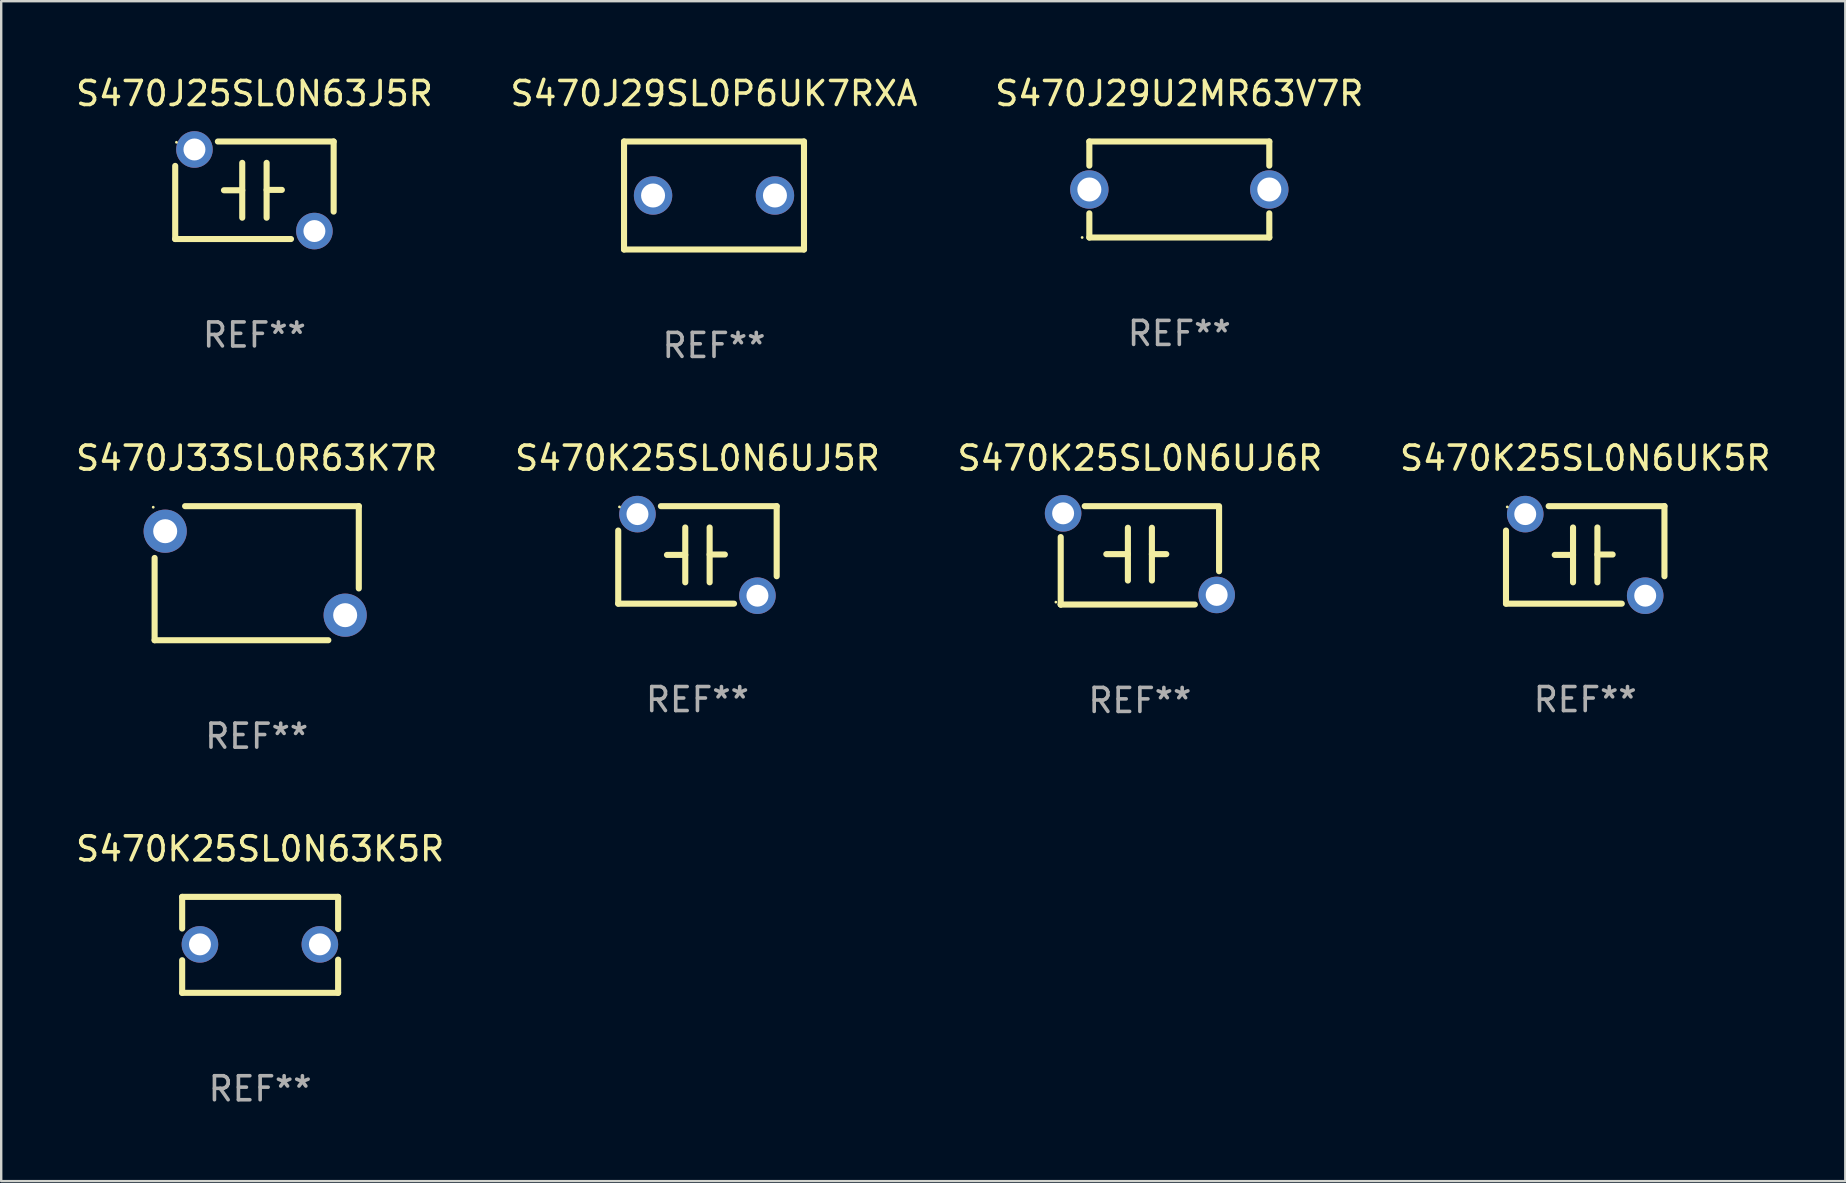
<source format=kicad_pcb>
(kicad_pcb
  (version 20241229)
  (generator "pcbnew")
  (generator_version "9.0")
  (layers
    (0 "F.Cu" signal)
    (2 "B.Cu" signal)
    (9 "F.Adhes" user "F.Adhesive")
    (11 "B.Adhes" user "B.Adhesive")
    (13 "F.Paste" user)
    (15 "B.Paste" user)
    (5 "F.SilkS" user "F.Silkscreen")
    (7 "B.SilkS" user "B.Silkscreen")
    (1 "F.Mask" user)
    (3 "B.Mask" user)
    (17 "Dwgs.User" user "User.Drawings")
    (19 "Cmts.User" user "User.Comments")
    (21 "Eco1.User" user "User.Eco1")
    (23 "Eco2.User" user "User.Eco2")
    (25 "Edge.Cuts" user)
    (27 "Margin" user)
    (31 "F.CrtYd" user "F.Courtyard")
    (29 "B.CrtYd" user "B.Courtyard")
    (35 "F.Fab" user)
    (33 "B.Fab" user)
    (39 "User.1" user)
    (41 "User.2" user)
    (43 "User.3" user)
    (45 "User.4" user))
  (footprint "S470J29SL0P6UK7RXA"
    (layer "F.Cu")
    (at 26.708 5.098)
    (property "Reference" "S470J29SL0P6UK7RXA" (at 0 -4.25 0) (layer "F.SilkS") (effects (font (size 1 1) (thickness 0.15))))
    (attr through_hole)
    (fp_line (start -3.75 -2.25) (end -3.75 2.25) (stroke (width 0.254) (type solid)) (layer "F.SilkS"))
    (fp_line (start -3.75 -2.25) (end 3.75 -2.25) (stroke (width 0.254) (type solid)) (layer "F.SilkS"))
    (fp_line (start 3.75 -2.25) (end 3.75 2.25) (stroke (width 0.254) (type solid)) (layer "F.SilkS"))
    (fp_line (start 3.75 2.25) (end -3.75 2.25) (stroke (width 0.254) (type solid)) (layer "F.SilkS"))
    (fp_circle (center -3.75 2.25) (end -3.72 2.25) (stroke (width 0.06) (type solid)) (fill no) (layer "F.SilkS"))
    (fp_text user "REF**" (at 0 6.25 0) (layer "F.Fab") (effects (font (size 1 1) (thickness 0.15))))
    (pad "1" thru_hole circle (at -2.54 0) (size 1.6 1.6) (drill 1) (layers "*.Cu" "*.Mask"))
    (pad "2" thru_hole circle (at 2.54 0) (size 1.6 1.6) (drill 1) (layers "*.Cu" "*.Mask")))
  (footprint "S470J33SL0R63K7R"
    (layer "F.Cu")
    (at 7.649 20.839)
    (property "Reference" "S470J33SL0R63K7R" (at 0 -4.794 0) (layer "F.SilkS") (effects (font (size 1 1) (thickness 0.15))))
    (attr through_hole)
    (fp_line (start -4.255 2.794) (end -4.255 -0.635) (stroke (width 0.254) (type solid)) (layer "F.SilkS"))
    (fp_line (start -4.255 2.794) (end 2.985 2.794) (stroke (width 0.254) (type solid)) (layer "F.SilkS"))
    (fp_line (start -2.985 -2.794) (end 4.255 -2.794) (stroke (width 0.254) (type solid)) (layer "F.SilkS"))
    (fp_line (start 4.255 -2.794) (end 4.255 0.635) (stroke (width 0.254) (type solid)) (layer "F.SilkS"))
    (fp_circle (center -4.313 -2.75) (end -4.283 -2.75) (stroke (width 0.06) (type solid)) (fill no) (layer "F.SilkS"))
    (fp_text user "REF**" (at 0 6.794 0) (layer "F.Fab") (effects (font (size 1 1) (thickness 0.15))))
    (pad "1" thru_hole circle (at -3.814 -1.75) (size 1.8 1.8) (drill 1) (layers "*.Cu" "*.Mask"))
    (pad "2" thru_hole circle (at 3.687 1.75) (size 1.8 1.8) (drill 1) (layers "*.Cu" "*.Mask")))
  (footprint "S470J29U2MR63V7R"
    (layer "F.Cu")
    (at 46.101 4.848)
    (property "Reference" "S470J29U2MR63V7R" (at 0 -4 0) (layer "F.SilkS") (effects (font (size 1 1) (thickness 0.15))))
    (attr through_hole)
    (fp_line (start -3.75 -2) (end 3.75 -2) (stroke (width 0.254) (type solid)) (layer "F.SilkS"))
    (fp_line (start -3.75 -0.993) (end -3.75 -2) (stroke (width 0.254) (type solid)) (layer "F.SilkS"))
    (fp_line (start -3.75 2) (end -3.75 0.993) (stroke (width 0.254) (type solid)) (layer "F.SilkS"))
    (fp_line (start 3.75 -2) (end 3.75 -0.993) (stroke (width 0.254) (type solid)) (layer "F.SilkS"))
    (fp_line (start 3.75 0.993) (end 3.75 2) (stroke (width 0.254) (type solid)) (layer "F.SilkS"))
    (fp_line (start 3.75 2) (end -3.75 2) (stroke (width 0.254) (type solid)) (layer "F.SilkS"))
    (fp_circle (center -4.05 2) (end -4.02 2) (stroke (width 0.06) (type solid)) (fill no) (layer "F.SilkS"))
    (fp_text user "REF**" (at 0 6 0) (layer "F.Fab") (effects (font (size 1 1) (thickness 0.15))))
    (pad "1" thru_hole circle (at -3.75 0) (size 1.6 1.6) (drill 1) (layers "*.Cu" "*.Mask"))
    (pad "2" thru_hole circle (at 3.75 0) (size 1.6 1.6) (drill 1) (layers "*.Cu" "*.Mask")))
  (footprint "S470K25SL0N6UJ5R"
    (layer "F.Cu")
    (at 26.018 20.077)
    (property "Reference" "S470K25SL0N6UJ5R" (at 0 -4.032 0) (layer "F.SilkS") (effects (font (size 1 1) (thickness 0.15))))
    (attr through_hole)
    (fp_line (start -3.302 2.032) (end -3.302 -1.016) (stroke (width 0.254) (type solid)) (layer "F.SilkS"))
    (fp_line (start -3.302 2.032) (end 1.524 2.032) (stroke (width 0.254) (type solid)) (layer "F.SilkS"))
    (fp_line (start -1.524 -2.032) (end 3.302 -2.032) (stroke (width 0.254) (type solid)) (layer "F.SilkS"))
    (fp_line (start -1.27 0) (end -0.508 0) (stroke (width 0.254) (type solid)) (layer "F.SilkS"))
    (fp_line (start -0.508 1.143) (end -0.508 -1.143) (stroke (width 0.254) (type solid)) (layer "F.SilkS"))
    (fp_line (start 0.508 -0.016) (end 1.143 -0.016) (stroke (width 0.254) (type solid)) (layer "F.SilkS"))
    (fp_line (start 0.508 1.143) (end 0.508 -1.143) (stroke (width 0.254) (type solid)) (layer "F.SilkS"))
    (fp_line (start 3.302 -2.032) (end 3.302 0.889) (stroke (width 0.254) (type solid)) (layer "F.SilkS"))
    (fp_circle (center -3.25 -2) (end -3.22 -2) (stroke (width 0.06) (type solid)) (fill no) (layer "F.SilkS"))
    (fp_text user "REF**" (at 0 6.032 0) (layer "F.Fab") (effects (font (size 1 1) (thickness 0.15))))
    (pad "1" thru_hole circle (at -2.5 -1.7) (size 1.524 1.524) (drill 0.914) (layers "*.Cu" "*.Mask"))
    (pad "2" thru_hole circle (at 2.5 1.7) (size 1.524 1.524) (drill 0.914) (layers "*.Cu" "*.Mask")))
  (footprint "S470K25SL0N6UK5R"
    (layer "F.Cu")
    (at 63.018 20.077)
    (property "Reference" "S470K25SL0N6UK5R" (at 0 -4.032 0) (layer "F.SilkS") (effects (font (size 1 1) (thickness 0.15))))
    (attr through_hole)
    (fp_line (start -3.302 2.032) (end -3.302 -1.016) (stroke (width 0.254) (type solid)) (layer "F.SilkS"))
    (fp_line (start -3.302 2.032) (end 1.524 2.032) (stroke (width 0.254) (type solid)) (layer "F.SilkS"))
    (fp_line (start -1.524 -2.032) (end 3.302 -2.032) (stroke (width 0.254) (type solid)) (layer "F.SilkS"))
    (fp_line (start -1.27 0) (end -0.508 0) (stroke (width 0.254) (type solid)) (layer "F.SilkS"))
    (fp_line (start -0.508 1.143) (end -0.508 -1.143) (stroke (width 0.254) (type solid)) (layer "F.SilkS"))
    (fp_line (start 0.508 -0.016) (end 1.143 -0.016) (stroke (width 0.254) (type solid)) (layer "F.SilkS"))
    (fp_line (start 0.508 1.143) (end 0.508 -1.143) (stroke (width 0.254) (type solid)) (layer "F.SilkS"))
    (fp_line (start 3.302 -2.032) (end 3.302 0.889) (stroke (width 0.254) (type solid)) (layer "F.SilkS"))
    (fp_circle (center -3.25 -2) (end -3.22 -2) (stroke (width 0.06) (type solid)) (fill no) (layer "F.SilkS"))
    (fp_text user "REF**" (at 0 6.032 0) (layer "F.Fab") (effects (font (size 1 1) (thickness 0.15))))
    (pad "1" thru_hole circle (at -2.5 -1.7) (size 1.524 1.524) (drill 0.914) (layers "*.Cu" "*.Mask"))
    (pad "2" thru_hole circle (at 2.5 1.7) (size 1.524 1.524) (drill 0.914) (layers "*.Cu" "*.Mask")))
  (footprint "S470K25SL0N6UJ6R"
    (layer "F.Cu")
    (at 44.458 20.095)
    (property "Reference" "S470K25SL0N6UJ6R" (at 0 -4.05 0) (layer "F.SilkS") (effects (font (size 1 1) (thickness 0.15))))
    (attr through_hole)
    (fp_line (start -3.3 2.05) (end -3.3 -0.762) (stroke (width 0.254) (type solid)) (layer "F.SilkS"))
    (fp_line (start -3.3 2.05) (end -3.3 2.05) (stroke (width 0.254) (type solid)) (layer "F.SilkS"))
    (fp_line (start -3.2 -2.05) (end -3.3 -2.05) (stroke (width 0.254) (type solid)) (layer "F.SilkS"))
    (fp_line (start -2.3 -2.05) (end 3.2 -2.05) (stroke (width 0.254) (type solid)) (layer "F.SilkS"))
    (fp_line (start -1.4 -0.05) (end -0.5 -0.05) (stroke (width 0.254) (type solid)) (layer "F.SilkS"))
    (fp_line (start -0.5 -1.15) (end -0.5 1.05) (stroke (width 0.254) (type solid)) (layer "F.SilkS"))
    (fp_line (start 0.5 -1.15) (end 0.5 1.05) (stroke (width 0.254) (type solid)) (layer "F.SilkS"))
    (fp_line (start 1.1 -0.05) (end 0.5 -0.05) (stroke (width 0.254) (type solid)) (layer "F.SilkS"))
    (fp_line (start 2.29 2.05) (end -3.3 2.05) (stroke (width 0.254) (type solid)) (layer "F.SilkS"))
    (fp_line (start 3.3 -2.05) (end 3.3 0.662) (stroke (width 0.254) (type solid)) (layer "F.SilkS"))
    (fp_circle (center -3.5 1.95) (end -3.47 1.95) (stroke (width 0.06) (type solid)) (fill no) (layer "F.SilkS"))
    (fp_text user "REF**" (at 0 6.05 0) (layer "F.Fab") (effects (font (size 1 1) (thickness 0.15))))
    (pad "1" thru_hole circle (at -3.2 -1.75) (size 1.524 1.524) (drill 0.914) (layers "*.Cu" "*.Mask"))
    (pad "2" thru_hole circle (at 3.2 1.65) (size 1.524 1.524) (drill 0.914) (layers "*.Cu" "*.Mask")))
  (footprint "S470K25SL0N63K5R"
    (layer "F.Cu")
    (at 7.792 36.329)
    (property "Reference" "S470K25SL0N63K5R" (at 0 -4 0) (layer "F.SilkS") (effects (font (size 1 1) (thickness 0.15))))
    (attr through_hole)
    (fp_line (start -3.25 -2) (end -3.25 -0.68) (stroke (width 0.254) (type solid)) (layer "F.SilkS"))
    (fp_line (start -3.25 -2) (end 3.25 -2) (stroke (width 0.254) (type solid)) (layer "F.SilkS"))
    (fp_line (start -3.25 0.64) (end -3.25 2) (stroke (width 0.254) (type solid)) (layer "F.SilkS"))
    (fp_line (start 3.25 -2) (end 3.25 -0.657) (stroke (width 0.254) (type solid)) (layer "F.SilkS"))
    (fp_line (start 3.25 0.617) (end 3.25 2) (stroke (width 0.254) (type solid)) (layer "F.SilkS"))
    (fp_line (start 3.25 2) (end -3.25 2) (stroke (width 0.254) (type solid)) (layer "F.SilkS"))
    (fp_circle (center -3.26 1.98) (end -3.23 1.98) (stroke (width 0.06) (type solid)) (fill no) (layer "F.SilkS"))
    (fp_text user "REF**" (at 0 6 0) (layer "F.Fab") (effects (font (size 1 1) (thickness 0.15))))
    (pad "1" thru_hole circle (at -2.509 -0.02) (size 1.524 1.524) (drill 0.914) (layers "*.Cu" "*.Mask"))
    (pad "2" thru_hole circle (at 2.489 -0.02) (size 1.524 1.524) (drill 0.914) (layers "*.Cu" "*.Mask")))
  (footprint "S470J25SL0N63J5R"
    (layer "F.Cu")
    (at 7.554 4.88)
    (property "Reference" "S470J25SL0N63J5R" (at 0 -4.032 0) (layer "F.SilkS") (effects (font (size 1 1) (thickness 0.15))))
    (attr through_hole)
    (fp_line (start -3.302 2.032) (end -3.302 -1.016) (stroke (width 0.254) (type solid)) (layer "F.SilkS"))
    (fp_line (start -3.302 2.032) (end 1.524 2.032) (stroke (width 0.254) (type solid)) (layer "F.SilkS"))
    (fp_line (start -1.524 -2.032) (end 3.302 -2.032) (stroke (width 0.254) (type solid)) (layer "F.SilkS"))
    (fp_line (start -1.27 0) (end -0.508 0) (stroke (width 0.254) (type solid)) (layer "F.SilkS"))
    (fp_line (start -0.508 1.143) (end -0.508 -1.143) (stroke (width 0.254) (type solid)) (layer "F.SilkS"))
    (fp_line (start 0.508 -0.016) (end 1.143 -0.016) (stroke (width 0.254) (type solid)) (layer "F.SilkS"))
    (fp_line (start 0.508 1.143) (end 0.508 -1.143) (stroke (width 0.254) (type solid)) (layer "F.SilkS"))
    (fp_line (start 3.302 -2.032) (end 3.302 0.889) (stroke (width 0.254) (type solid)) (layer "F.SilkS"))
    (fp_circle (center -3.25 -2) (end -3.22 -2) (stroke (width 0.06) (type solid)) (fill no) (layer "F.SilkS"))
    (fp_text user "REF**" (at 0 6.032 0) (layer "F.Fab") (effects (font (size 1 1) (thickness 0.15))))
    (pad "1" thru_hole circle (at -2.5 -1.7) (size 1.524 1.524) (drill 0.914) (layers "*.Cu" "*.Mask"))
    (pad "2" thru_hole circle (at 2.5 1.7) (size 1.524 1.524) (drill 0.914) (layers "*.Cu" "*.Mask")))
  (gr_rect
    (start -3 -3)
    (end 73.857 46.178)
    (stroke (width 0.1) (type default))
    (fill no)
    (layer "Edge.Cuts")))
</source>
